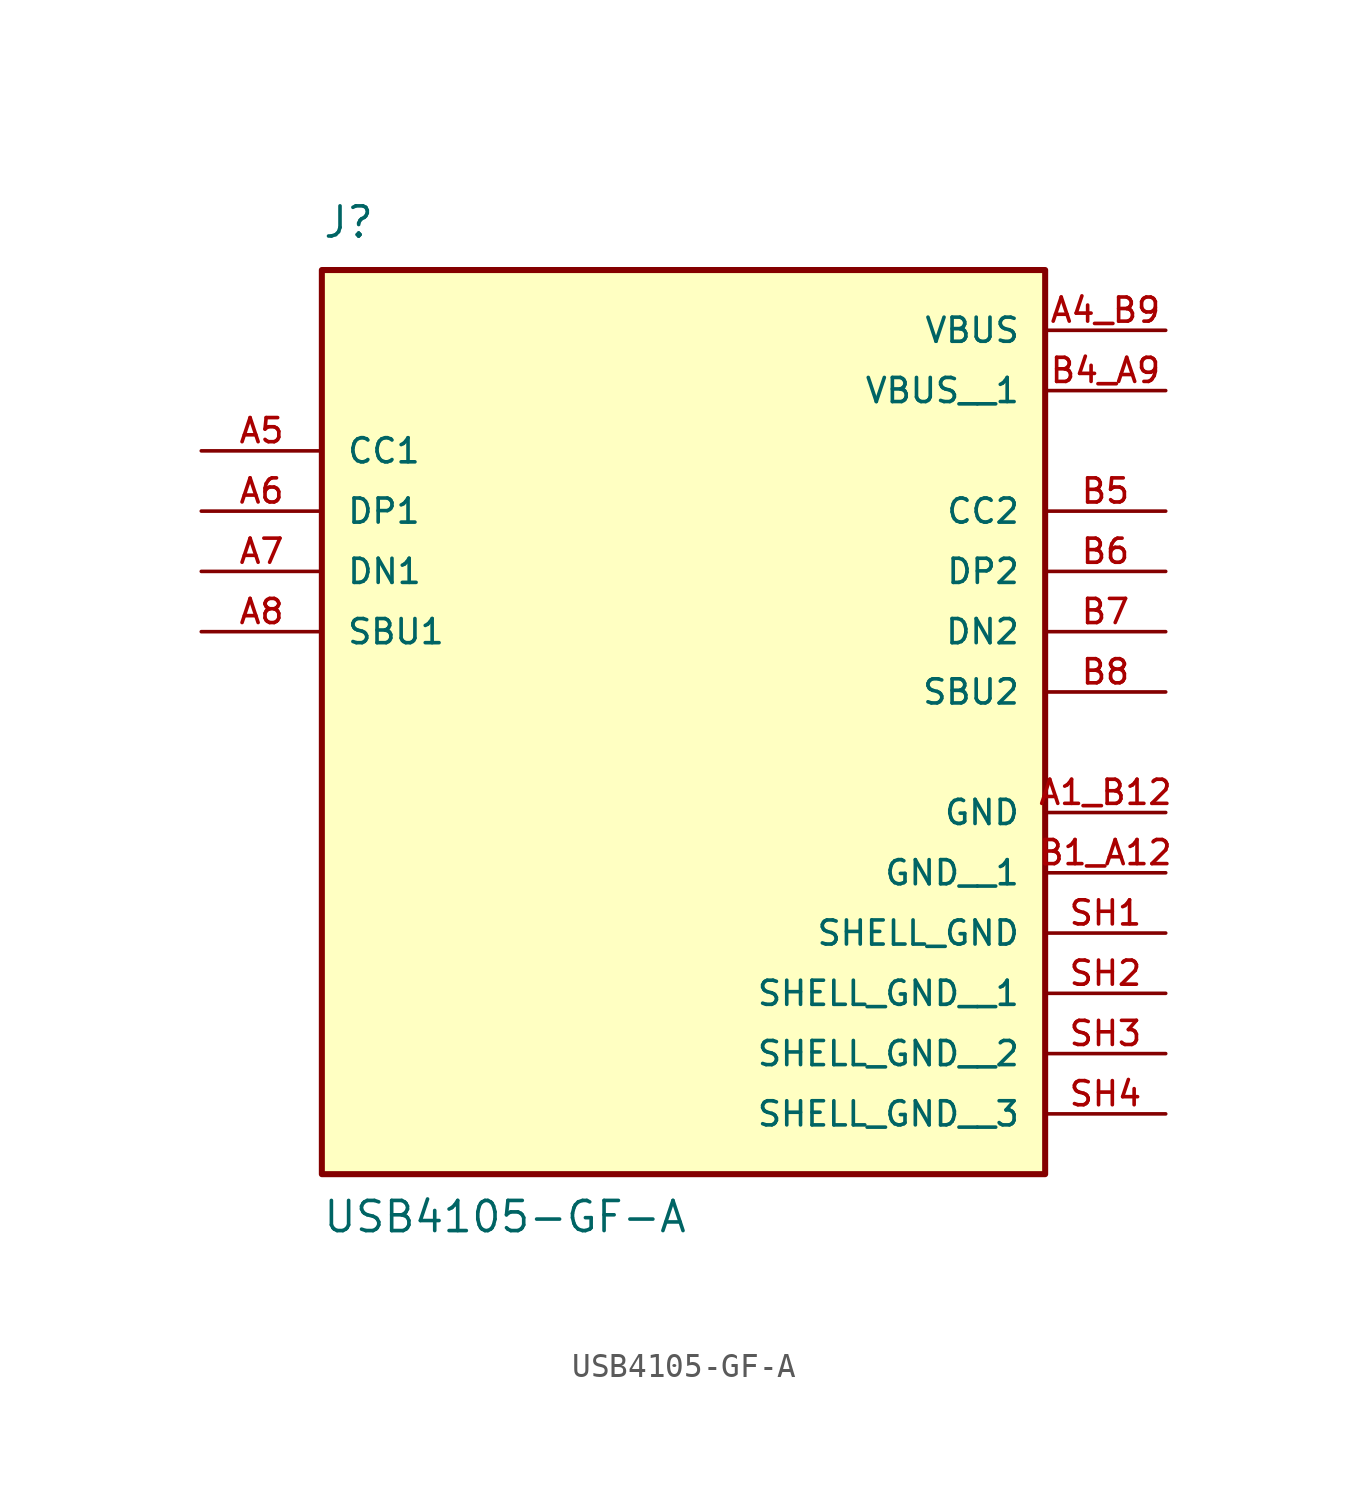
<source format=kicad_sym>
(kicad_symbol_lib
  (version 20220914)
  (generator kicad_symbol_editor)
  (symbol "USB4105-GF-A"
    (pin_names
      (offset 1.016))
    (property "Reference" "J"
      (at -15.24 13.97 0)
      (effects (font (size 1.27 1.27)) (justify left bottom)))
    (property "Value" "USB4105-GF-A"
      (at -15.24 -27.94 0)
      (effects (font (size 1.27 1.27)) (justify left bottom)))
    (symbol "USB4105-GF-A_0_0"
      (rectangle (start -15.24 -25.4) (end 15.24 12.7) (stroke (width 0.254) (type default)) (fill (type background)))
      (pin power_in line (at 20.32 -10.16 180) (length 5.08) (name "GND" (effects (font (size 1.016 1.016)))) (number "A1_B12" (effects (font (size 1.016 1.016)))))
      (pin bidirectional line (at -20.32 5.08 0) (length 5.08) (name "CC1" (effects (font (size 1.016 1.016)))) (number "A5" (effects (font (size 1.016 1.016)))))
      (pin bidirectional line (at -20.32 2.54 0) (length 5.08) (name "DP1" (effects (font (size 1.016 1.016)))) (number "A6" (effects (font (size 1.016 1.016)))))
      (pin bidirectional line (at -20.32 0 0) (length 5.08) (name "DN1" (effects (font (size 1.016 1.016)))) (number "A7" (effects (font (size 1.016 1.016)))))
      (pin bidirectional line (at -20.32 -2.54 0) (length 5.08) (name "SBU1" (effects (font (size 1.016 1.016)))) (number "A8" (effects (font (size 1.016 1.016)))))
      (pin power_in line (at 20.32 -12.7 180) (length 5.08) (name "GND__1" (effects (font (size 1.016 1.016)))) (number "B1_A12" (effects (font (size 1.016 1.016)))))
      (pin power_in line (at 20.32 7.62 180) (length 5.08) (name "VBUS__1" (effects (font (size 1.016 1.016)))) (number "B4_A9" (effects (font (size 1.016 1.016)))))
      (pin bidirectional line (at 20.32 2.54 180) (length 5.08) (name "CC2" (effects (font (size 1.016 1.016)))) (number "B5" (effects (font (size 1.016 1.016)))))
      (pin bidirectional line (at 20.32 0 180) (length 5.08) (name "DP2" (effects (font (size 1.016 1.016)))) (number "B6" (effects (font (size 1.016 1.016)))))
      (pin bidirectional line (at 20.32 -2.54 180) (length 5.08) (name "DN2" (effects (font (size 1.016 1.016)))) (number "B7" (effects (font (size 1.016 1.016)))))
      (pin bidirectional line (at 20.32 -5.08 180) (length 5.08) (name "SBU2" (effects (font (size 1.016 1.016)))) (number "B8" (effects (font (size 1.016 1.016)))))
      (pin power_in line (at 20.32 -15.24 180) (length 5.08) (name "SHELL_GND" (effects (font (size 1.016 1.016)))) (number "SH1" (effects (font (size 1.016 1.016)))))
      (pin power_in line (at 20.32 -17.78 180) (length 5.08) (name "SHELL_GND__1" (effects (font (size 1.016 1.016)))) (number "SH2" (effects (font (size 1.016 1.016)))))
      (pin power_in line (at 20.32 -20.32 180) (length 5.08) (name "SHELL_GND__2" (effects (font (size 1.016 1.016)))) (number "SH3" (effects (font (size 1.016 1.016)))))
      (pin power_in line (at 20.32 -22.86 180) (length 5.08) (name "SHELL_GND__3" (effects (font (size 1.016 1.016)))) (number "SH4" (effects (font (size 1.016 1.016))))))
    (symbol "USB4105-GF-A_1_0"
      (pin power_out line (at 20.32 10.16 180) (length 5.08) (name "VBUS" (effects (font (size 1.016 1.016)))) (number "A4_B9" (effects (font (size 1.016 1.016))))))))
</source>
